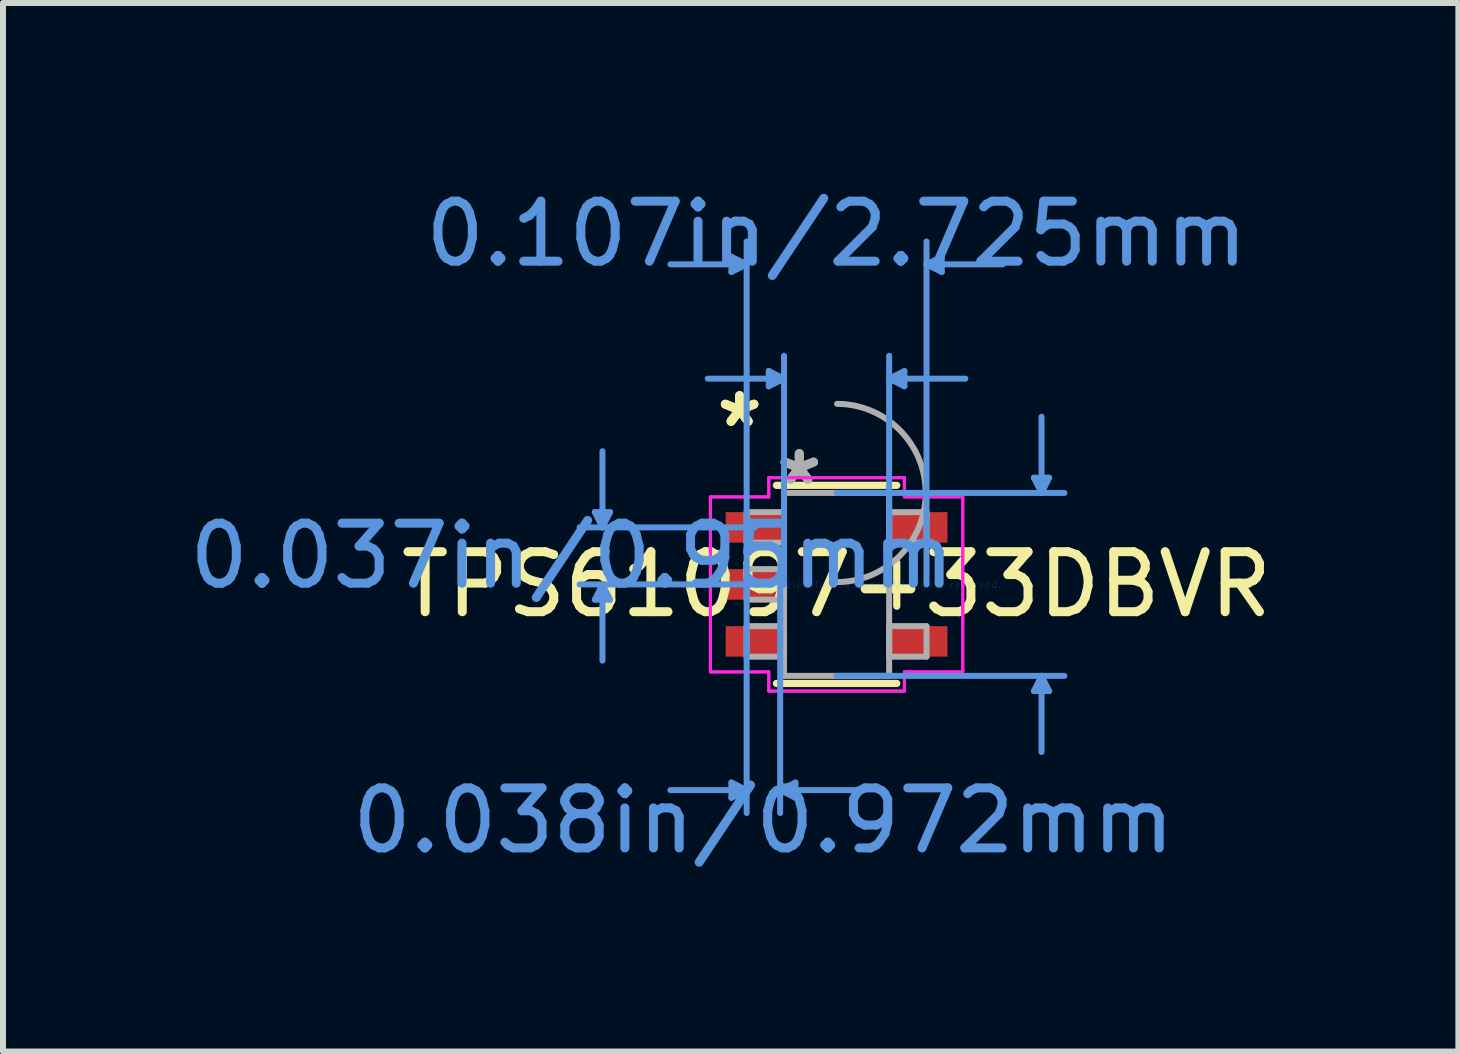
<source format=kicad_pcb>
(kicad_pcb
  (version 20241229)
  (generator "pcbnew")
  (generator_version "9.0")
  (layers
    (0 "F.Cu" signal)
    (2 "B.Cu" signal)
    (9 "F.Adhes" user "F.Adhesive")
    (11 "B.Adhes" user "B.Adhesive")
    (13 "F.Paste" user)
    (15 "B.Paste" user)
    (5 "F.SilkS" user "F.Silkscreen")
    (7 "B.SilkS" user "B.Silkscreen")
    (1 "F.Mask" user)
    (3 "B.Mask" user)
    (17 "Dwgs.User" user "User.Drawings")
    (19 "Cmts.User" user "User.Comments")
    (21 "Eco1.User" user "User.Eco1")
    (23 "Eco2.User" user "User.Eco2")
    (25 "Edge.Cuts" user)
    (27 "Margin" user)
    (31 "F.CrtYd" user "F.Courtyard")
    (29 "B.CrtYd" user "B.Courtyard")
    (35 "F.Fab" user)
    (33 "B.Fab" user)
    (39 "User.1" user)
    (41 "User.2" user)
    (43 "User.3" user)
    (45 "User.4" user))
  (footprint "TPS61097-33DBVR"
    (layer "F.Cu")
    (at 10.893 6.69)
    (property "Reference" "TPS61097-33DBVR" (at 0 0 0) (layer "F.SilkS") (effects (font (size 1 1) (thickness 0.15))))
    (attr through_hole)
    (fp_line (start -1.003 1.651) (end 1.003 1.651) (stroke (width 0.12) (type solid)) (layer "F.SilkS"))
    (fp_line (start 1.003 -1.651) (end -1.003 -1.651) (stroke (width 0.12) (type solid)) (layer "F.SilkS"))
    (fp_line (start 1.003 0.363) (end 1.003 -0.363) (stroke (width 0.12) (type solid)) (layer "F.SilkS"))
    (fp_line (start -4.029 -1.204) (end -3.775 -1.204) (stroke (width 0.1) (type solid)) (layer "Cmts.User"))
    (fp_line (start -4.029 0.254) (end -3.775 0.254) (stroke (width 0.1) (type solid)) (layer "Cmts.User"))
    (fp_line (start -3.902 -0.95) (end -4.029 -1.204) (stroke (width 0.1) (type solid)) (layer "Cmts.User"))
    (fp_line (start -3.902 -0.95) (end -3.902 -2.22) (stroke (width 0.1) (type solid)) (layer "Cmts.User"))
    (fp_line (start -3.902 -0.95) (end -3.775 -1.204) (stroke (width 0.1) (type solid)) (layer "Cmts.User"))
    (fp_line (start -3.902 0) (end -4.029 0.254) (stroke (width 0.1) (type solid)) (layer "Cmts.User"))
    (fp_line (start -3.902 0) (end -3.902 1.27) (stroke (width 0.1) (type solid)) (layer "Cmts.User"))
    (fp_line (start -3.902 0) (end -3.775 0.254) (stroke (width 0.1) (type solid)) (layer "Cmts.User"))
    (fp_line (start -1.753 -5.461) (end -1.753 -5.207) (stroke (width 0.1) (type solid)) (layer "Cmts.User"))
    (fp_line (start -1.753 3.302) (end -1.753 3.556) (stroke (width 0.1) (type solid)) (layer "Cmts.User"))
    (fp_line (start -1.499 -5.334) (end -2.769 -5.334) (stroke (width 0.1) (type solid)) (layer "Cmts.User"))
    (fp_line (start -1.499 -5.334) (end -1.753 -5.461) (stroke (width 0.1) (type solid)) (layer "Cmts.User"))
    (fp_line (start -1.499 -5.334) (end -1.753 -5.207) (stroke (width 0.1) (type solid)) (layer "Cmts.User"))
    (fp_line (start -1.499 0) (end -1.499 -5.715) (stroke (width 0.1) (type solid)) (layer "Cmts.User"))
    (fp_line (start -1.499 0) (end -1.499 3.81) (stroke (width 0.1) (type solid)) (layer "Cmts.User"))
    (fp_line (start -1.499 3.429) (end -2.769 3.429) (stroke (width 0.1) (type solid)) (layer "Cmts.User"))
    (fp_line (start -1.499 3.429) (end -1.753 3.302) (stroke (width 0.1) (type solid)) (layer "Cmts.User"))
    (fp_line (start -1.499 3.429) (end -1.753 3.556) (stroke (width 0.1) (type solid)) (layer "Cmts.User"))
    (fp_line (start -1.362 -0.95) (end -4.283 -0.95) (stroke (width 0.1) (type solid)) (layer "Cmts.User"))
    (fp_line (start -1.362 0) (end -4.283 0) (stroke (width 0.1) (type solid)) (layer "Cmts.User"))
    (fp_line (start -1.13 -3.556) (end -1.13 -3.302) (stroke (width 0.1) (type solid)) (layer "Cmts.User"))
    (fp_line (start -0.94 0) (end -0.94 3.81) (stroke (width 0.1) (type solid)) (layer "Cmts.User"))
    (fp_line (start -0.94 3.429) (end -0.686 3.302) (stroke (width 0.1) (type solid)) (layer "Cmts.User"))
    (fp_line (start -0.94 3.429) (end -0.686 3.556) (stroke (width 0.1) (type solid)) (layer "Cmts.User"))
    (fp_line (start -0.94 3.429) (end 0.33 3.429) (stroke (width 0.1) (type solid)) (layer "Cmts.User"))
    (fp_line (start -0.876 -3.429) (end -2.146 -3.429) (stroke (width 0.1) (type solid)) (layer "Cmts.User"))
    (fp_line (start -0.876 -3.429) (end -1.13 -3.556) (stroke (width 0.1) (type solid)) (layer "Cmts.User"))
    (fp_line (start -0.876 -3.429) (end -1.13 -3.302) (stroke (width 0.1) (type solid)) (layer "Cmts.User"))
    (fp_line (start -0.876 0) (end -0.876 -3.81) (stroke (width 0.1) (type solid)) (layer "Cmts.User"))
    (fp_line (start -0.686 3.302) (end -0.686 3.556) (stroke (width 0.1) (type solid)) (layer "Cmts.User"))
    (fp_line (start 0 -1.524) (end 3.797 -1.524) (stroke (width 0.1) (type solid)) (layer "Cmts.User"))
    (fp_line (start 0 1.524) (end 3.797 1.524) (stroke (width 0.1) (type solid)) (layer "Cmts.User"))
    (fp_line (start 0.876 -3.429) (end 1.13 -3.556) (stroke (width 0.1) (type solid)) (layer "Cmts.User"))
    (fp_line (start 0.876 -3.429) (end 1.13 -3.302) (stroke (width 0.1) (type solid)) (layer "Cmts.User"))
    (fp_line (start 0.876 -3.429) (end 2.146 -3.429) (stroke (width 0.1) (type solid)) (layer "Cmts.User"))
    (fp_line (start 0.876 0) (end 0.876 -3.81) (stroke (width 0.1) (type solid)) (layer "Cmts.User"))
    (fp_line (start 1.13 -3.556) (end 1.13 -3.302) (stroke (width 0.1) (type solid)) (layer "Cmts.User"))
    (fp_line (start 1.499 -5.334) (end 1.753 -5.461) (stroke (width 0.1) (type solid)) (layer "Cmts.User"))
    (fp_line (start 1.499 -5.334) (end 1.753 -5.207) (stroke (width 0.1) (type solid)) (layer "Cmts.User"))
    (fp_line (start 1.499 -5.334) (end 2.769 -5.334) (stroke (width 0.1) (type solid)) (layer "Cmts.User"))
    (fp_line (start 1.499 0) (end 1.499 -5.715) (stroke (width 0.1) (type solid)) (layer "Cmts.User"))
    (fp_line (start 1.753 -5.461) (end 1.753 -5.207) (stroke (width 0.1) (type solid)) (layer "Cmts.User"))
    (fp_line (start 3.289 -1.778) (end 3.543 -1.778) (stroke (width 0.1) (type solid)) (layer "Cmts.User"))
    (fp_line (start 3.289 1.778) (end 3.543 1.778) (stroke (width 0.1) (type solid)) (layer "Cmts.User"))
    (fp_line (start 3.416 -1.524) (end 3.289 -1.778) (stroke (width 0.1) (type solid)) (layer "Cmts.User"))
    (fp_line (start 3.416 -1.524) (end 3.416 -2.794) (stroke (width 0.1) (type solid)) (layer "Cmts.User"))
    (fp_line (start 3.416 -1.524) (end 3.543 -1.778) (stroke (width 0.1) (type solid)) (layer "Cmts.User"))
    (fp_line (start 3.416 1.524) (end 3.289 1.778) (stroke (width 0.1) (type solid)) (layer "Cmts.User"))
    (fp_line (start 3.416 1.524) (end 3.416 2.794) (stroke (width 0.1) (type solid)) (layer "Cmts.User"))
    (fp_line (start 3.416 1.524) (end 3.543 1.778) (stroke (width 0.1) (type solid)) (layer "Cmts.User"))
    (fp_line (start -2.103 -1.458) (end -1.13 -1.458) (stroke (width 0.05) (type solid)) (layer "F.CrtYd"))
    (fp_line (start -2.103 -1.458) (end -1.13 -1.458) (stroke (width 0.05) (type solid)) (layer "F.CrtYd"))
    (fp_line (start -2.103 1.458) (end -2.103 -1.458) (stroke (width 0.05) (type solid)) (layer "F.CrtYd"))
    (fp_line (start -2.103 1.458) (end -2.103 -1.458) (stroke (width 0.05) (type solid)) (layer "F.CrtYd"))
    (fp_line (start -1.13 -1.778) (end 1.13 -1.778) (stroke (width 0.05) (type solid)) (layer "F.CrtYd"))
    (fp_line (start -1.13 -1.778) (end 1.13 -1.778) (stroke (width 0.05) (type solid)) (layer "F.CrtYd"))
    (fp_line (start -1.13 -1.458) (end -1.13 -1.778) (stroke (width 0.05) (type solid)) (layer "F.CrtYd"))
    (fp_line (start -1.13 -1.458) (end -1.13 -1.778) (stroke (width 0.05) (type solid)) (layer "F.CrtYd"))
    (fp_line (start -1.13 1.458) (end -2.103 1.458) (stroke (width 0.05) (type solid)) (layer "F.CrtYd"))
    (fp_line (start -1.13 1.458) (end -2.103 1.458) (stroke (width 0.05) (type solid)) (layer "F.CrtYd"))
    (fp_line (start -1.13 1.778) (end -1.13 1.458) (stroke (width 0.05) (type solid)) (layer "F.CrtYd"))
    (fp_line (start -1.13 1.778) (end -1.13 1.458) (stroke (width 0.05) (type solid)) (layer "F.CrtYd"))
    (fp_line (start 1.13 -1.778) (end 1.13 -1.458) (stroke (width 0.05) (type solid)) (layer "F.CrtYd"))
    (fp_line (start 1.13 -1.778) (end 1.13 -1.458) (stroke (width 0.05) (type solid)) (layer "F.CrtYd"))
    (fp_line (start 1.13 -1.458) (end 2.103 -1.458) (stroke (width 0.05) (type solid)) (layer "F.CrtYd"))
    (fp_line (start 1.13 -1.458) (end 2.103 -1.458) (stroke (width 0.05) (type solid)) (layer "F.CrtYd"))
    (fp_line (start 1.13 1.458) (end 1.13 1.778) (stroke (width 0.05) (type solid)) (layer "F.CrtYd"))
    (fp_line (start 1.13 1.458) (end 1.13 1.778) (stroke (width 0.05) (type solid)) (layer "F.CrtYd"))
    (fp_line (start 1.13 1.778) (end -1.13 1.778) (stroke (width 0.05) (type solid)) (layer "F.CrtYd"))
    (fp_line (start 1.13 1.778) (end -1.13 1.778) (stroke (width 0.05) (type solid)) (layer "F.CrtYd"))
    (fp_line (start 2.103 -1.458) (end 2.103 1.458) (stroke (width 0.05) (type solid)) (layer "F.CrtYd"))
    (fp_line (start 2.103 -1.458) (end 2.103 1.458) (stroke (width 0.05) (type solid)) (layer "F.CrtYd"))
    (fp_line (start 2.103 1.458) (end 1.13 1.458) (stroke (width 0.05) (type solid)) (layer "F.CrtYd"))
    (fp_line (start 2.103 1.458) (end 1.13 1.458) (stroke (width 0.05) (type solid)) (layer "F.CrtYd"))
    (fp_line (start -1.499 -1.204) (end -1.499 -0.696) (stroke (width 0.1) (type solid)) (layer "F.Fab"))
    (fp_line (start -1.499 -0.696) (end -0.876 -0.696) (stroke (width 0.1) (type solid)) (layer "F.Fab"))
    (fp_line (start -1.499 -0.254) (end -1.499 0.254) (stroke (width 0.1) (type solid)) (layer "F.Fab"))
    (fp_line (start -1.499 0.254) (end -0.876 0.254) (stroke (width 0.1) (type solid)) (layer "F.Fab"))
    (fp_line (start -1.499 0.696) (end -1.499 1.204) (stroke (width 0.1) (type solid)) (layer "F.Fab"))
    (fp_line (start -1.499 1.204) (end -0.876 1.204) (stroke (width 0.1) (type solid)) (layer "F.Fab"))
    (fp_line (start -0.876 -1.524) (end -0.876 1.524) (stroke (width 0.1) (type solid)) (layer "F.Fab"))
    (fp_line (start -0.876 -1.204) (end -1.499 -1.204) (stroke (width 0.1) (type solid)) (layer "F.Fab"))
    (fp_line (start -0.876 -0.696) (end -0.876 -1.204) (stroke (width 0.1) (type solid)) (layer "F.Fab"))
    (fp_line (start -0.876 -0.254) (end -1.499 -0.254) (stroke (width 0.1) (type solid)) (layer "F.Fab"))
    (fp_line (start -0.876 0.254) (end -0.876 -0.254) (stroke (width 0.1) (type solid)) (layer "F.Fab"))
    (fp_line (start -0.876 0.696) (end -1.499 0.696) (stroke (width 0.1) (type solid)) (layer "F.Fab"))
    (fp_line (start -0.876 1.204) (end -0.876 0.696) (stroke (width 0.1) (type solid)) (layer "F.Fab"))
    (fp_line (start -0.876 1.524) (end 0.876 1.524) (stroke (width 0.1) (type solid)) (layer "F.Fab"))
    (fp_line (start 0.876 -1.524) (end -0.876 -1.524) (stroke (width 0.1) (type solid)) (layer "F.Fab"))
    (fp_line (start 0.876 -1.204) (end 0.876 -0.696) (stroke (width 0.1) (type solid)) (layer "F.Fab"))
    (fp_line (start 0.876 -0.696) (end 1.499 -0.696) (stroke (width 0.1) (type solid)) (layer "F.Fab"))
    (fp_line (start 0.876 0.696) (end 0.876 1.204) (stroke (width 0.1) (type solid)) (layer "F.Fab"))
    (fp_line (start 0.876 1.204) (end 1.499 1.204) (stroke (width 0.1) (type solid)) (layer "F.Fab"))
    (fp_line (start 0.876 1.524) (end 0.876 -1.524) (stroke (width 0.1) (type solid)) (layer "F.Fab"))
    (fp_line (start 1.499 -1.204) (end 0.876 -1.204) (stroke (width 0.1) (type solid)) (layer "F.Fab"))
    (fp_line (start 1.499 -0.696) (end 1.499 -1.204) (stroke (width 0.1) (type solid)) (layer "F.Fab"))
    (fp_line (start 1.499 0.696) (end 0.876 0.696) (stroke (width 0.1) (type solid)) (layer "F.Fab"))
    (fp_line (start 1.499 1.204) (end 1.499 0.696) (stroke (width 0.1) (type solid)) (layer "F.Fab"))
    (fp_arc (start 0.007742 -3.00929) (mid 1.48529 -1.516258) (end -0.007742 -0.03871) (stroke (width 0.1) (type solid)) (layer "F.Fab"))
    (fp_text user "*" (at -1.616 -2.601 0) (layer "F.SilkS") (effects (font (size 1 1) (thickness 0.15))))
    (fp_text user "*" (at -1.616 -2.601 0) (layer "F.SilkS") (effects (font (size 1 1) (thickness 0.15))))
    (fp_text user "0.038in/0.972mm" (at -1.219 3.937 0) (layer "Cmts.User") (effects (font (size 1 1) (thickness 0.15))))
    (fp_text user "0.037in/0.95mm" (at -4.41 -0.475 0) (layer "Cmts.User") (effects (font (size 1 1) (thickness 0.15))))
    (fp_text user "Copyright 2021 Accelerated Designs. All rights reserved." (at 0 0 0) (layer "Cmts.User") (effects (font (size 0.127 0.127) (thickness 0.002))))
    (fp_text user "0.107in/2.725mm" (at 0 -5.842 0) (layer "Cmts.User") (effects (font (size 1 1) (thickness 0.15))))
    (fp_text user "*" (at -0.622 -1.636 0) (layer "F.Fab") (effects (font (size 1 1) (thickness 0.15))))
    (fp_text user "*" (at -0.622 -1.636 0) (layer "F.Fab") (effects (font (size 1 1) (thickness 0.15))))
    (pad "1" smd rect (at -1.362 -0.95) (size 0.972 0.508) (layers "F.Cu" "F.Mask" "F.Paste"))
    (pad "2" smd rect (at -1.362 0) (size 0.972 0.508) (layers "F.Cu" "F.Mask" "F.Paste"))
    (pad "3" smd rect (at -1.362 0.95) (size 0.972 0.508) (layers "F.Cu" "F.Mask" "F.Paste"))
    (pad "4" smd rect (at 1.362 0.95) (size 0.972 0.508) (layers "F.Cu" "F.Mask" "F.Paste"))
    (pad "5" smd rect (at 1.362 -0.95) (size 0.972 0.508) (layers "F.Cu" "F.Mask" "F.Paste")))
  (gr_rect
    (start -3 -3)
    (end 21.256 14.476)
    (stroke (width 0.1) (type default))
    (fill no)
    (layer "Edge.Cuts")))
</source>
